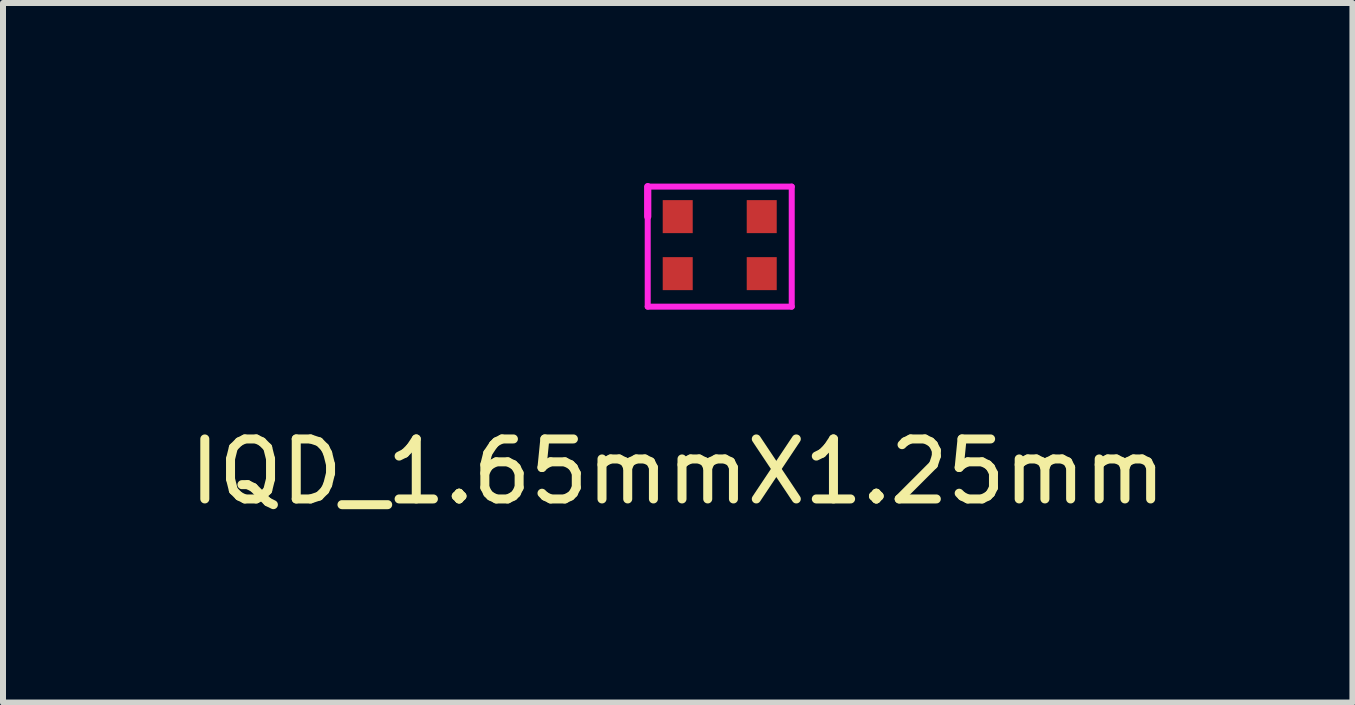
<source format=kicad_pcb>
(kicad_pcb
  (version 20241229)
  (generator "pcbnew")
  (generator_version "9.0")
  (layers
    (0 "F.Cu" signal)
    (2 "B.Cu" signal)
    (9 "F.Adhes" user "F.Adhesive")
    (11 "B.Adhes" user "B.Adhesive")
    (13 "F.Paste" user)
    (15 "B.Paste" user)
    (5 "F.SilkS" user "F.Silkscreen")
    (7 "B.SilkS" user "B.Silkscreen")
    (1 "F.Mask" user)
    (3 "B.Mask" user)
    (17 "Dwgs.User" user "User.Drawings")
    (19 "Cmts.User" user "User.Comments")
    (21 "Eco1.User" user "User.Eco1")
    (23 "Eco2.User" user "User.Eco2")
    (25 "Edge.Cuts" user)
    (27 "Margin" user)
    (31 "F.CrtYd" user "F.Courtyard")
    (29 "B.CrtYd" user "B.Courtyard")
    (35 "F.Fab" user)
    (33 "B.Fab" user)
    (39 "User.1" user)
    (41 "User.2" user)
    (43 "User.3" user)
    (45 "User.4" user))
  (footprint "IQD_1.65mmX1.25mm"
    (layer "F.Cu")
    (at 8.244 0.56)
    (property "Reference" "IQD_1.65mmX1.25mm" (at 0 4.25 0) (layer "F.SilkS") (effects (font (size 1 1) (thickness 0.15))))
    (attr through_hole)
    (fp_line (start -0.5 -0.5) (end 1.9 -0.5) (stroke (width 0.1) (type solid)) (layer "F.CrtYd"))
    (fp_line (start -0.5 0) (end -0.5 -0.5) (stroke (width 0.12) (type solid)) (layer "F.CrtYd"))
    (fp_line (start -0.5 1.5) (end -0.5 -0.5) (stroke (width 0.1) (type solid)) (layer "F.CrtYd"))
    (fp_line (start 1.9 -0.5) (end 1.9 1.5) (stroke (width 0.1) (type solid)) (layer "F.CrtYd"))
    (fp_line (start 1.9 1.5) (end -0.5 1.5) (stroke (width 0.1) (type solid)) (layer "F.CrtYd"))
    (pad "1" smd rect (at 1.4 0) (size 0.5 0.55) (layers "F.Cu" "F.Mask" "F.Paste"))
    (pad "2" smd rect (at 0 0) (size 0.5 0.55) (layers "F.Cu" "F.Mask" "F.Paste"))
    (pad "3" smd rect (at 1.4 0.95) (size 0.5 0.55) (layers "F.Cu" "F.Mask" "F.Paste"))
    (pad "4" smd rect (at 0 0.95) (size 0.5 0.55) (layers "F.Cu" "F.Mask" "F.Paste")))
  (gr_rect
    (start -3 -3)
    (end 19.488 8.658)
    (stroke (width 0.1) (type default))
    (fill no)
    (layer "Edge.Cuts")))
</source>
